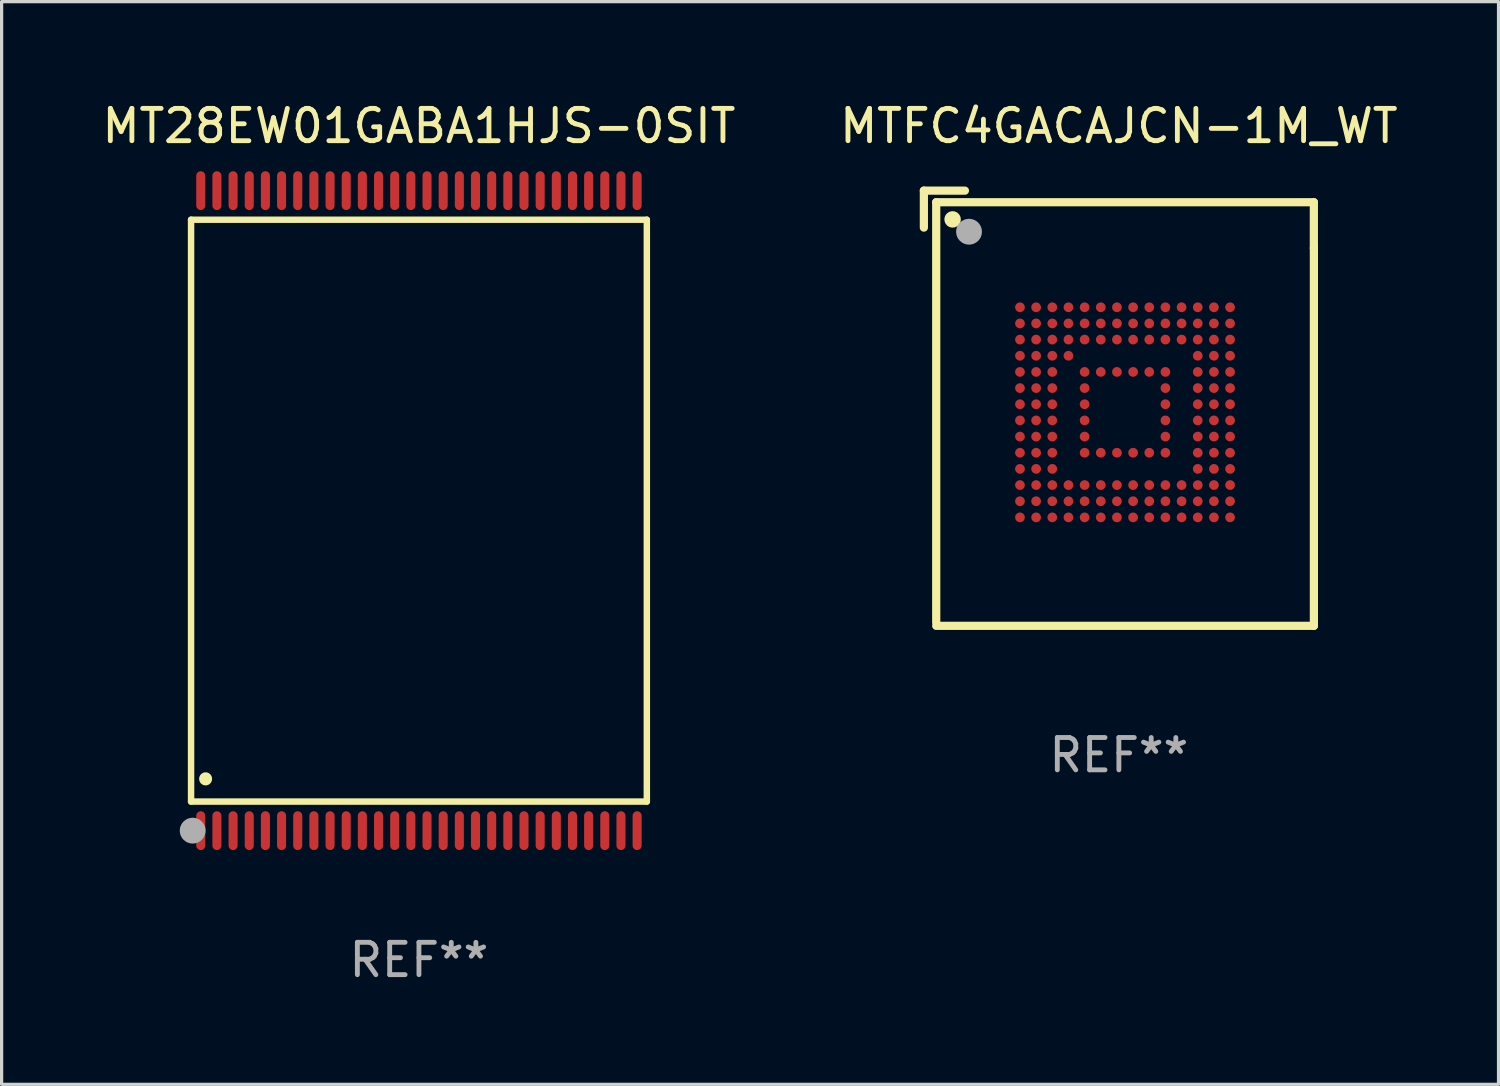
<source format=kicad_pcb>
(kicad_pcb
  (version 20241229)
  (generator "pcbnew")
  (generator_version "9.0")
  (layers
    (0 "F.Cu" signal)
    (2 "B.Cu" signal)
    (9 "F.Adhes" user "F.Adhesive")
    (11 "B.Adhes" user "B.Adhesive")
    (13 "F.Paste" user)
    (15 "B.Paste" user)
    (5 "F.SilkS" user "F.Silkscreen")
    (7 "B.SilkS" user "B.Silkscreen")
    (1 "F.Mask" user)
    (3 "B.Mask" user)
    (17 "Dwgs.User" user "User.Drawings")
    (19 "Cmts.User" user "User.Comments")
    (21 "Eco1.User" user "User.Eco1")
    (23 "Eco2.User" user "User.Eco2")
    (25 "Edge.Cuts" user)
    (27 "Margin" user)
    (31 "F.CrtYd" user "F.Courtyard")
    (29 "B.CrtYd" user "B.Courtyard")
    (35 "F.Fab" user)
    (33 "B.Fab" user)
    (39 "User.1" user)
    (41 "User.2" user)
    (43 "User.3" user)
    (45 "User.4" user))
  (footprint "MT28EW01GABA1HJS-0SIT"
    (layer "F.Cu")
    (at 9.911 12.748)
    (property "Reference" "MT28EW01GABA1HJS-0SIT" (at 0 -11.9 0) (layer "F.SilkS") (effects (font (size 1 1) (thickness 0.15))))
    (attr through_hole)
    (fp_line (start -7.05 -9) (end 7.05 -9) (stroke (width 0.2) (type solid)) (layer "F.SilkS"))
    (fp_line (start -7.05 9) (end -7.05 -9) (stroke (width 0.2) (type solid)) (layer "F.SilkS"))
    (fp_line (start 7.05 9) (end -7.05 9) (stroke (width 0.2) (type solid)) (layer "F.SilkS"))
    (fp_line (start 7.05 9) (end 7.05 -9) (stroke (width 0.2) (type solid)) (layer "F.SilkS"))
    (fp_arc (start -6.600025 8.300025) (mid -6.600041 8.297485) (end -6.600025 8.294945) (stroke (width 0.4) (type solid)) (layer "F.SilkS"))
    (fp_circle (center -7 10) (end -6.97 10) (stroke (width 0.06) (type solid)) (fill no) (layer "F.SilkS"))
    (fp_circle (center -7 9.9) (end -6.8 9.9) (stroke (width 0.4) (type solid)) (fill no) (layer "F.Fab"))
    (fp_text user "REF**" (at 0 13.9 0) (layer "F.Fab") (effects (font (size 1 1) (thickness 0.15))))
    (pad "1" smd oval (at -6.75 9.9) (size 0.28 1.2) (layers "F.Cu" "F.Mask" "F.Paste"))
    (pad "2" smd oval (at -6.25 9.9) (size 0.28 1.2) (layers "F.Cu" "F.Mask" "F.Paste"))
    (pad "3" smd oval (at -5.75 9.9) (size 0.28 1.2) (layers "F.Cu" "F.Mask" "F.Paste"))
    (pad "4" smd oval (at -5.25 9.9) (size 0.28 1.2) (layers "F.Cu" "F.Mask" "F.Paste"))
    (pad "5" smd oval (at -4.75 9.9) (size 0.28 1.2) (layers "F.Cu" "F.Mask" "F.Paste"))
    (pad "6" smd oval (at -4.25 9.9) (size 0.28 1.2) (layers "F.Cu" "F.Mask" "F.Paste"))
    (pad "7" smd oval (at -3.75 9.9) (size 0.28 1.2) (layers "F.Cu" "F.Mask" "F.Paste"))
    (pad "8" smd oval (at -3.25 9.9) (size 0.28 1.2) (layers "F.Cu" "F.Mask" "F.Paste"))
    (pad "9" smd oval (at -2.75 9.9) (size 0.28 1.2) (layers "F.Cu" "F.Mask" "F.Paste"))
    (pad "10" smd oval (at -2.25 9.9) (size 0.28 1.2) (layers "F.Cu" "F.Mask" "F.Paste"))
    (pad "11" smd oval (at -1.75 9.9) (size 0.28 1.2) (layers "F.Cu" "F.Mask" "F.Paste"))
    (pad "12" smd oval (at -1.25 9.9) (size 0.28 1.2) (layers "F.Cu" "F.Mask" "F.Paste"))
    (pad "13" smd oval (at -0.75 9.9) (size 0.28 1.2) (layers "F.Cu" "F.Mask" "F.Paste"))
    (pad "14" smd oval (at -0.25 9.9) (size 0.28 1.2) (layers "F.Cu" "F.Mask" "F.Paste"))
    (pad "15" smd oval (at 0.25 9.9) (size 0.28 1.2) (layers "F.Cu" "F.Mask" "F.Paste"))
    (pad "16" smd oval (at 0.75 9.9) (size 0.28 1.2) (layers "F.Cu" "F.Mask" "F.Paste"))
    (pad "17" smd oval (at 1.25 9.9) (size 0.28 1.2) (layers "F.Cu" "F.Mask" "F.Paste"))
    (pad "18" smd oval (at 1.75 9.9) (size 0.28 1.2) (layers "F.Cu" "F.Mask" "F.Paste"))
    (pad "19" smd oval (at 2.25 9.9) (size 0.28 1.2) (layers "F.Cu" "F.Mask" "F.Paste"))
    (pad "20" smd oval (at 2.75 9.9) (size 0.28 1.2) (layers "F.Cu" "F.Mask" "F.Paste"))
    (pad "21" smd oval (at 3.25 9.9) (size 0.28 1.2) (layers "F.Cu" "F.Mask" "F.Paste"))
    (pad "22" smd oval (at 3.75 9.9) (size 0.28 1.2) (layers "F.Cu" "F.Mask" "F.Paste"))
    (pad "23" smd oval (at 4.25 9.9) (size 0.28 1.2) (layers "F.Cu" "F.Mask" "F.Paste"))
    (pad "24" smd oval (at 4.75 9.9) (size 0.28 1.2) (layers "F.Cu" "F.Mask" "F.Paste"))
    (pad "25" smd oval (at 5.25 9.9) (size 0.28 1.2) (layers "F.Cu" "F.Mask" "F.Paste"))
    (pad "26" smd oval (at 5.75 9.9) (size 0.28 1.2) (layers "F.Cu" "F.Mask" "F.Paste"))
    (pad "27" smd oval (at 6.25 9.9) (size 0.28 1.2) (layers "F.Cu" "F.Mask" "F.Paste"))
    (pad "28" smd oval (at 6.75 9.9) (size 0.28 1.2) (layers "F.Cu" "F.Mask" "F.Paste"))
    (pad "29" smd oval (at 6.75 -9.9) (size 0.28 1.2) (layers "F.Cu" "F.Mask" "F.Paste"))
    (pad "30" smd oval (at 6.25 -9.9) (size 0.28 1.2) (layers "F.Cu" "F.Mask" "F.Paste"))
    (pad "31" smd oval (at 5.75 -9.9) (size 0.28 1.2) (layers "F.Cu" "F.Mask" "F.Paste"))
    (pad "32" smd oval (at 5.25 -9.9) (size 0.28 1.2) (layers "F.Cu" "F.Mask" "F.Paste"))
    (pad "33" smd oval (at 4.75 -9.9) (size 0.28 1.2) (layers "F.Cu" "F.Mask" "F.Paste"))
    (pad "34" smd oval (at 4.25 -9.9) (size 0.28 1.2) (layers "F.Cu" "F.Mask" "F.Paste"))
    (pad "35" smd oval (at 3.75 -9.9) (size 0.28 1.2) (layers "F.Cu" "F.Mask" "F.Paste"))
    (pad "36" smd oval (at 3.25 -9.9) (size 0.28 1.2) (layers "F.Cu" "F.Mask" "F.Paste"))
    (pad "37" smd oval (at 2.75 -9.9) (size 0.28 1.2) (layers "F.Cu" "F.Mask" "F.Paste"))
    (pad "38" smd oval (at 2.25 -9.9) (size 0.28 1.2) (layers "F.Cu" "F.Mask" "F.Paste"))
    (pad "39" smd oval (at 1.75 -9.9) (size 0.28 1.2) (layers "F.Cu" "F.Mask" "F.Paste"))
    (pad "40" smd oval (at 1.25 -9.9) (size 0.28 1.2) (layers "F.Cu" "F.Mask" "F.Paste"))
    (pad "41" smd oval (at 0.75 -9.9) (size 0.28 1.2) (layers "F.Cu" "F.Mask" "F.Paste"))
    (pad "42" smd oval (at 0.25 -9.9) (size 0.28 1.2) (layers "F.Cu" "F.Mask" "F.Paste"))
    (pad "43" smd oval (at -0.25 -9.9) (size 0.28 1.2) (layers "F.Cu" "F.Mask" "F.Paste"))
    (pad "44" smd oval (at -0.75 -9.9) (size 0.28 1.2) (layers "F.Cu" "F.Mask" "F.Paste"))
    (pad "45" smd oval (at -1.25 -9.9) (size 0.28 1.2) (layers "F.Cu" "F.Mask" "F.Paste"))
    (pad "46" smd oval (at -1.75 -9.9) (size 0.28 1.2) (layers "F.Cu" "F.Mask" "F.Paste"))
    (pad "47" smd oval (at -2.25 -9.9) (size 0.28 1.2) (layers "F.Cu" "F.Mask" "F.Paste"))
    (pad "48" smd oval (at -2.75 -9.9) (size 0.28 1.2) (layers "F.Cu" "F.Mask" "F.Paste"))
    (pad "49" smd oval (at -3.25 -9.9) (size 0.28 1.2) (layers "F.Cu" "F.Mask" "F.Paste"))
    (pad "50" smd oval (at -3.75 -9.9) (size 0.28 1.2) (layers "F.Cu" "F.Mask" "F.Paste"))
    (pad "51" smd oval (at -4.25 -9.9) (size 0.28 1.2) (layers "F.Cu" "F.Mask" "F.Paste"))
    (pad "52" smd oval (at -4.75 -9.9) (size 0.28 1.2) (layers "F.Cu" "F.Mask" "F.Paste"))
    (pad "53" smd oval (at -5.25 -9.9) (size 0.28 1.2) (layers "F.Cu" "F.Mask" "F.Paste"))
    (pad "54" smd oval (at -5.75 -9.9) (size 0.28 1.2) (layers "F.Cu" "F.Mask" "F.Paste"))
    (pad "55" smd oval (at -6.25 -9.9) (size 0.28 1.2) (layers "F.Cu" "F.Mask" "F.Paste"))
    (pad "56" smd oval (at -6.75 -9.9) (size 0.28 1.2) (layers "F.Cu" "F.Mask" "F.Paste")))
  (footprint "MTFC4GACAJCN-1M_WT"
    (layer "F.Cu")
    (at 31.565 9.58)
    (property "Reference" "MTFC4GACAJCN-1M_WT" (at 0 -8.732 0) (layer "F.SilkS") (effects (font (size 1 1) (thickness 0.15))))
    (attr through_hole)
    (fp_line (start -6.033 -6.732) (end -6.033 -5.589) (stroke (width 0.254) (type solid)) (layer "F.SilkS"))
    (fp_line (start -5.651 -6.374) (end 6.032 -6.374) (stroke (width 0.254) (type solid)) (layer "F.SilkS"))
    (fp_line (start -5.651 6.626) (end -5.651 -6.374) (stroke (width 0.254) (type solid)) (layer "F.SilkS"))
    (fp_line (start -5.651 6.732) (end 6.033 6.732) (stroke (width 0.254) (type solid)) (layer "F.SilkS"))
    (fp_line (start -4.763 -6.732) (end -6.033 -6.732) (stroke (width 0.254) (type solid)) (layer "F.SilkS"))
    (fp_line (start 6.032 -6.374) (end 6.032 -4.952) (stroke (width 0.254) (type solid)) (layer "F.SilkS"))
    (fp_line (start 6.033 6.732) (end 6.033 -4.952) (stroke (width 0.254) (type solid)) (layer "F.SilkS"))
    (fp_circle (center -5.56 -6.374) (end -5.53 -6.374) (stroke (width 0.06) (type solid)) (fill no) (layer "F.SilkS"))
    (fp_circle (center -5.144 -5.842) (end -5.017 -5.842) (stroke (width 0.254) (type solid)) (fill no) (layer "F.SilkS"))
    (fp_circle (center -4.636 -5.461) (end -4.436 -5.461) (stroke (width 0.4) (type solid)) (fill no) (layer "F.Fab"))
    (fp_text user "REF**" (at 0 10.732 0) (layer "F.Fab") (effects (font (size 1 1) (thickness 0.15))))
    (pad "A1" smd circle (at -3.06 -3.124) (size 0.3 0.3) (layers "F.Cu" "F.Mask" "F.Paste"))
    (pad "A2" smd circle (at -2.56 -3.124) (size 0.3 0.3) (layers "F.Cu" "F.Mask" "F.Paste"))
    (pad "A3" smd circle (at -2.06 -3.124) (size 0.3 0.3) (layers "F.Cu" "F.Mask" "F.Paste"))
    (pad "A4" smd circle (at -1.56 -3.124) (size 0.3 0.3) (layers "F.Cu" "F.Mask" "F.Paste"))
    (pad "A5" smd circle (at -1.06 -3.124) (size 0.3 0.3) (layers "F.Cu" "F.Mask" "F.Paste"))
    (pad "A6" smd circle (at -0.56 -3.124) (size 0.3 0.3) (layers "F.Cu" "F.Mask" "F.Paste"))
    (pad "A7" smd circle (at -0.06 -3.124) (size 0.3 0.3) (layers "F.Cu" "F.Mask" "F.Paste"))
    (pad "A8" smd circle (at 0.44 -3.124) (size 0.3 0.3) (layers "F.Cu" "F.Mask" "F.Paste"))
    (pad "A9" smd circle (at 0.94 -3.124) (size 0.3 0.3) (layers "F.Cu" "F.Mask" "F.Paste"))
    (pad "A10" smd circle (at 1.44 -3.124) (size 0.3 0.3) (layers "F.Cu" "F.Mask" "F.Paste"))
    (pad "A11" smd circle (at 1.94 -3.124) (size 0.3 0.3) (layers "F.Cu" "F.Mask" "F.Paste"))
    (pad "A12" smd circle (at 2.44 -3.124) (size 0.3 0.3) (layers "F.Cu" "F.Mask" "F.Paste"))
    (pad "A13" smd circle (at 2.94 -3.124) (size 0.3 0.3) (layers "F.Cu" "F.Mask" "F.Paste"))
    (pad "A14" smd circle (at 3.44 -3.124) (size 0.3 0.3) (layers "F.Cu" "F.Mask" "F.Paste"))
    (pad "B1" smd circle (at -3.06 -2.624) (size 0.3 0.3) (layers "F.Cu" "F.Mask" "F.Paste"))
    (pad "B2" smd circle (at -2.56 -2.624) (size 0.3 0.3) (layers "F.Cu" "F.Mask" "F.Paste"))
    (pad "B3" smd circle (at -2.06 -2.624) (size 0.3 0.3) (layers "F.Cu" "F.Mask" "F.Paste"))
    (pad "B4" smd circle (at -1.56 -2.624) (size 0.3 0.3) (layers "F.Cu" "F.Mask" "F.Paste"))
    (pad "B5" smd circle (at -1.06 -2.624) (size 0.3 0.3) (layers "F.Cu" "F.Mask" "F.Paste"))
    (pad "B6" smd circle (at -0.56 -2.624) (size 0.3 0.3) (layers "F.Cu" "F.Mask" "F.Paste"))
    (pad "B7" smd circle (at -0.06 -2.624) (size 0.3 0.3) (layers "F.Cu" "F.Mask" "F.Paste"))
    (pad "B8" smd circle (at 0.44 -2.624) (size 0.3 0.3) (layers "F.Cu" "F.Mask" "F.Paste"))
    (pad "B9" smd circle (at 0.94 -2.624) (size 0.3 0.3) (layers "F.Cu" "F.Mask" "F.Paste"))
    (pad "B10" smd circle (at 1.44 -2.624) (size 0.3 0.3) (layers "F.Cu" "F.Mask" "F.Paste"))
    (pad "B11" smd circle (at 1.94 -2.624) (size 0.3 0.3) (layers "F.Cu" "F.Mask" "F.Paste"))
    (pad "B12" smd circle (at 2.44 -2.624) (size 0.3 0.3) (layers "F.Cu" "F.Mask" "F.Paste"))
    (pad "B13" smd circle (at 2.94 -2.624) (size 0.3 0.3) (layers "F.Cu" "F.Mask" "F.Paste"))
    (pad "B14" smd circle (at 3.44 -2.624) (size 0.3 0.3) (layers "F.Cu" "F.Mask" "F.Paste"))
    (pad "C1" smd circle (at -3.06 -2.124) (size 0.3 0.3) (layers "F.Cu" "F.Mask" "F.Paste"))
    (pad "C2" smd circle (at -2.56 -2.124) (size 0.3 0.3) (layers "F.Cu" "F.Mask" "F.Paste"))
    (pad "C3" smd circle (at -2.06 -2.124) (size 0.3 0.3) (layers "F.Cu" "F.Mask" "F.Paste"))
    (pad "C4" smd circle (at -1.56 -2.124) (size 0.3 0.3) (layers "F.Cu" "F.Mask" "F.Paste"))
    (pad "C5" smd circle (at -1.06 -2.124) (size 0.3 0.3) (layers "F.Cu" "F.Mask" "F.Paste"))
    (pad "C6" smd circle (at -0.56 -2.124) (size 0.3 0.3) (layers "F.Cu" "F.Mask" "F.Paste"))
    (pad "C7" smd circle (at -0.06 -2.124) (size 0.3 0.3) (layers "F.Cu" "F.Mask" "F.Paste"))
    (pad "C8" smd circle (at 0.44 -2.124) (size 0.3 0.3) (layers "F.Cu" "F.Mask" "F.Paste"))
    (pad "C9" smd circle (at 0.94 -2.124) (size 0.3 0.3) (layers "F.Cu" "F.Mask" "F.Paste"))
    (pad "C10" smd circle (at 1.44 -2.124) (size 0.3 0.3) (layers "F.Cu" "F.Mask" "F.Paste"))
    (pad "C11" smd circle (at 1.94 -2.124) (size 0.3 0.3) (layers "F.Cu" "F.Mask" "F.Paste"))
    (pad "C12" smd circle (at 2.44 -2.124) (size 0.3 0.3) (layers "F.Cu" "F.Mask" "F.Paste"))
    (pad "C13" smd circle (at 2.94 -2.124) (size 0.3 0.3) (layers "F.Cu" "F.Mask" "F.Paste"))
    (pad "C14" smd circle (at 3.44 -2.124) (size 0.3 0.3) (layers "F.Cu" "F.Mask" "F.Paste"))
    (pad "D1" smd circle (at -3.06 -1.624) (size 0.3 0.3) (layers "F.Cu" "F.Mask" "F.Paste"))
    (pad "D2" smd circle (at -2.56 -1.624) (size 0.3 0.3) (layers "F.Cu" "F.Mask" "F.Paste"))
    (pad "D3" smd circle (at -2.06 -1.624) (size 0.3 0.3) (layers "F.Cu" "F.Mask" "F.Paste"))
    (pad "D4" smd circle (at -1.56 -1.624) (size 0.3 0.3) (layers "F.Cu" "F.Mask" "F.Paste"))
    (pad "D12" smd circle (at 2.44 -1.624) (size 0.3 0.3) (layers "F.Cu" "F.Mask" "F.Paste"))
    (pad "D13" smd circle (at 2.94 -1.624) (size 0.3 0.3) (layers "F.Cu" "F.Mask" "F.Paste"))
    (pad "D14" smd circle (at 3.44 -1.624) (size 0.3 0.3) (layers "F.Cu" "F.Mask" "F.Paste"))
    (pad "E1" smd circle (at -3.06 -1.124) (size 0.3 0.3) (layers "F.Cu" "F.Mask" "F.Paste"))
    (pad "E2" smd circle (at -2.56 -1.124) (size 0.3 0.3) (layers "F.Cu" "F.Mask" "F.Paste"))
    (pad "E3" smd circle (at -2.06 -1.124) (size 0.3 0.3) (layers "F.Cu" "F.Mask" "F.Paste"))
    (pad "E5" smd circle (at -1.06 -1.124) (size 0.3 0.3) (layers "F.Cu" "F.Mask" "F.Paste"))
    (pad "E6" smd circle (at -0.56 -1.124) (size 0.3 0.3) (layers "F.Cu" "F.Mask" "F.Paste"))
    (pad "E7" smd circle (at -0.06 -1.124) (size 0.3 0.3) (layers "F.Cu" "F.Mask" "F.Paste"))
    (pad "E8" smd circle (at 0.44 -1.124) (size 0.3 0.3) (layers "F.Cu" "F.Mask" "F.Paste"))
    (pad "E9" smd circle (at 0.94 -1.124) (size 0.3 0.3) (layers "F.Cu" "F.Mask" "F.Paste"))
    (pad "E10" smd circle (at 1.44 -1.124) (size 0.3 0.3) (layers "F.Cu" "F.Mask" "F.Paste"))
    (pad "E12" smd circle (at 2.44 -1.124) (size 0.3 0.3) (layers "F.Cu" "F.Mask" "F.Paste"))
    (pad "E13" smd circle (at 2.94 -1.124) (size 0.3 0.3) (layers "F.Cu" "F.Mask" "F.Paste"))
    (pad "E14" smd circle (at 3.44 -1.124) (size 0.3 0.3) (layers "F.Cu" "F.Mask" "F.Paste"))
    (pad "F1" smd circle (at -3.06 -0.624) (size 0.3 0.3) (layers "F.Cu" "F.Mask" "F.Paste"))
    (pad "F2" smd circle (at -2.56 -0.624) (size 0.3 0.3) (layers "F.Cu" "F.Mask" "F.Paste"))
    (pad "F3" smd circle (at -2.06 -0.624) (size 0.3 0.3) (layers "F.Cu" "F.Mask" "F.Paste"))
    (pad "F5" smd circle (at -1.06 -0.624) (size 0.3 0.3) (layers "F.Cu" "F.Mask" "F.Paste"))
    (pad "F10" smd circle (at 1.44 -0.624) (size 0.3 0.3) (layers "F.Cu" "F.Mask" "F.Paste"))
    (pad "F12" smd circle (at 2.44 -0.624) (size 0.3 0.3) (layers "F.Cu" "F.Mask" "F.Paste"))
    (pad "F13" smd circle (at 2.94 -0.624) (size 0.3 0.3) (layers "F.Cu" "F.Mask" "F.Paste"))
    (pad "F14" smd circle (at 3.44 -0.624) (size 0.3 0.3) (layers "F.Cu" "F.Mask" "F.Paste"))
    (pad "G1" smd circle (at -3.06 -0.124) (size 0.3 0.3) (layers "F.Cu" "F.Mask" "F.Paste"))
    (pad "G2" smd circle (at -2.56 -0.124) (size 0.3 0.3) (layers "F.Cu" "F.Mask" "F.Paste"))
    (pad "G3" smd circle (at -2.06 -0.124) (size 0.3 0.3) (layers "F.Cu" "F.Mask" "F.Paste"))
    (pad "G5" smd circle (at -1.06 -0.124) (size 0.3 0.3) (layers "F.Cu" "F.Mask" "F.Paste"))
    (pad "G10" smd circle (at 1.44 -0.124) (size 0.3 0.3) (layers "F.Cu" "F.Mask" "F.Paste"))
    (pad "G12" smd circle (at 2.44 -0.124) (size 0.3 0.3) (layers "F.Cu" "F.Mask" "F.Paste"))
    (pad "G13" smd circle (at 2.94 -0.124) (size 0.3 0.3) (layers "F.Cu" "F.Mask" "F.Paste"))
    (pad "G14" smd circle (at 3.44 -0.124) (size 0.3 0.3) (layers "F.Cu" "F.Mask" "F.Paste"))
    (pad "H1" smd circle (at -3.06 0.376) (size 0.3 0.3) (layers "F.Cu" "F.Mask" "F.Paste"))
    (pad "H2" smd circle (at -2.56 0.376) (size 0.3 0.3) (layers "F.Cu" "F.Mask" "F.Paste"))
    (pad "H3" smd circle (at -2.06 0.376) (size 0.3 0.3) (layers "F.Cu" "F.Mask" "F.Paste"))
    (pad "H5" smd circle (at -1.06 0.376) (size 0.3 0.3) (layers "F.Cu" "F.Mask" "F.Paste"))
    (pad "H10" smd circle (at 1.44 0.376) (size 0.3 0.3) (layers "F.Cu" "F.Mask" "F.Paste"))
    (pad "H12" smd circle (at 2.44 0.376) (size 0.3 0.3) (layers "F.Cu" "F.Mask" "F.Paste"))
    (pad "H13" smd circle (at 2.94 0.376) (size 0.3 0.3) (layers "F.Cu" "F.Mask" "F.Paste"))
    (pad "H14" smd circle (at 3.44 0.376) (size 0.3 0.3) (layers "F.Cu" "F.Mask" "F.Paste"))
    (pad "J1" smd circle (at -3.06 0.876) (size 0.3 0.3) (layers "F.Cu" "F.Mask" "F.Paste"))
    (pad "J2" smd circle (at -2.56 0.876) (size 0.3 0.3) (layers "F.Cu" "F.Mask" "F.Paste"))
    (pad "J3" smd circle (at -2.06 0.876) (size 0.3 0.3) (layers "F.Cu" "F.Mask" "F.Paste"))
    (pad "J5" smd circle (at -1.06 0.876) (size 0.3 0.3) (layers "F.Cu" "F.Mask" "F.Paste"))
    (pad "J10" smd circle (at 1.44 0.876) (size 0.3 0.3) (layers "F.Cu" "F.Mask" "F.Paste"))
    (pad "J12" smd circle (at 2.44 0.876) (size 0.3 0.3) (layers "F.Cu" "F.Mask" "F.Paste"))
    (pad "J13" smd circle (at 2.94 0.876) (size 0.3 0.3) (layers "F.Cu" "F.Mask" "F.Paste"))
    (pad "J14" smd circle (at 3.44 0.876) (size 0.3 0.3) (layers "F.Cu" "F.Mask" "F.Paste"))
    (pad "K1" smd circle (at -3.06 1.376) (size 0.3 0.3) (layers "F.Cu" "F.Mask" "F.Paste"))
    (pad "K2" smd circle (at -2.56 1.376) (size 0.3 0.3) (layers "F.Cu" "F.Mask" "F.Paste"))
    (pad "K3" smd circle (at -2.06 1.376) (size 0.3 0.3) (layers "F.Cu" "F.Mask" "F.Paste"))
    (pad "K5" smd circle (at -1.06 1.376) (size 0.3 0.3) (layers "F.Cu" "F.Mask" "F.Paste"))
    (pad "K6" smd circle (at -0.56 1.376) (size 0.3 0.3) (layers "F.Cu" "F.Mask" "F.Paste"))
    (pad "K7" smd circle (at -0.06 1.376) (size 0.3 0.3) (layers "F.Cu" "F.Mask" "F.Paste"))
    (pad "K8" smd circle (at 0.44 1.376) (size 0.3 0.3) (layers "F.Cu" "F.Mask" "F.Paste"))
    (pad "K9" smd circle (at 0.94 1.376) (size 0.3 0.3) (layers "F.Cu" "F.Mask" "F.Paste"))
    (pad "K10" smd circle (at 1.44 1.376) (size 0.3 0.3) (layers "F.Cu" "F.Mask" "F.Paste"))
    (pad "K12" smd circle (at 2.44 1.376) (size 0.3 0.3) (layers "F.Cu" "F.Mask" "F.Paste"))
    (pad "K13" smd circle (at 2.94 1.376) (size 0.3 0.3) (layers "F.Cu" "F.Mask" "F.Paste"))
    (pad "K14" smd circle (at 3.44 1.376) (size 0.3 0.3) (layers "F.Cu" "F.Mask" "F.Paste"))
    (pad "L1" smd circle (at -3.06 1.876) (size 0.3 0.3) (layers "F.Cu" "F.Mask" "F.Paste"))
    (pad "L2" smd circle (at -2.56 1.876) (size 0.3 0.3) (layers "F.Cu" "F.Mask" "F.Paste"))
    (pad "L3" smd circle (at -2.06 1.876) (size 0.3 0.3) (layers "F.Cu" "F.Mask" "F.Paste"))
    (pad "L12" smd circle (at 2.44 1.876) (size 0.3 0.3) (layers "F.Cu" "F.Mask" "F.Paste"))
    (pad "L13" smd circle (at 2.94 1.876) (size 0.3 0.3) (layers "F.Cu" "F.Mask" "F.Paste"))
    (pad "L14" smd circle (at 3.44 1.876) (size 0.3 0.3) (layers "F.Cu" "F.Mask" "F.Paste"))
    (pad "M1" smd circle (at -3.06 2.376) (size 0.3 0.3) (layers "F.Cu" "F.Mask" "F.Paste"))
    (pad "M2" smd circle (at -2.56 2.376) (size 0.3 0.3) (layers "F.Cu" "F.Mask" "F.Paste"))
    (pad "M3" smd circle (at -2.06 2.376) (size 0.3 0.3) (layers "F.Cu" "F.Mask" "F.Paste"))
    (pad "M4" smd circle (at -1.56 2.376) (size 0.3 0.3) (layers "F.Cu" "F.Mask" "F.Paste"))
    (pad "M5" smd circle (at -1.06 2.376) (size 0.3 0.3) (layers "F.Cu" "F.Mask" "F.Paste"))
    (pad "M6" smd circle (at -0.56 2.376) (size 0.3 0.3) (layers "F.Cu" "F.Mask" "F.Paste"))
    (pad "M7" smd circle (at -0.06 2.376) (size 0.3 0.3) (layers "F.Cu" "F.Mask" "F.Paste"))
    (pad "M8" smd circle (at 0.44 2.376) (size 0.3 0.3) (layers "F.Cu" "F.Mask" "F.Paste"))
    (pad "M9" smd circle (at 0.94 2.376) (size 0.3 0.3) (layers "F.Cu" "F.Mask" "F.Paste"))
    (pad "M10" smd circle (at 1.44 2.376) (size 0.3 0.3) (layers "F.Cu" "F.Mask" "F.Paste"))
    (pad "M11" smd circle (at 1.94 2.376) (size 0.3 0.3) (layers "F.Cu" "F.Mask" "F.Paste"))
    (pad "M12" smd circle (at 2.44 2.376) (size 0.3 0.3) (layers "F.Cu" "F.Mask" "F.Paste"))
    (pad "M13" smd circle (at 2.94 2.376) (size 0.3 0.3) (layers "F.Cu" "F.Mask" "F.Paste"))
    (pad "M14" smd circle (at 3.44 2.376) (size 0.3 0.3) (layers "F.Cu" "F.Mask" "F.Paste"))
    (pad "N1" smd circle (at -3.06 2.876) (size 0.3 0.3) (layers "F.Cu" "F.Mask" "F.Paste"))
    (pad "N2" smd circle (at -2.56 2.876) (size 0.3 0.3) (layers "F.Cu" "F.Mask" "F.Paste"))
    (pad "N3" smd circle (at -2.06 2.876) (size 0.3 0.3) (layers "F.Cu" "F.Mask" "F.Paste"))
    (pad "N4" smd circle (at -1.56 2.876) (size 0.3 0.3) (layers "F.Cu" "F.Mask" "F.Paste"))
    (pad "N5" smd circle (at -1.06 2.876) (size 0.3 0.3) (layers "F.Cu" "F.Mask" "F.Paste"))
    (pad "N6" smd circle (at -0.56 2.876) (size 0.3 0.3) (layers "F.Cu" "F.Mask" "F.Paste"))
    (pad "N7" smd circle (at -0.06 2.876) (size 0.3 0.3) (layers "F.Cu" "F.Mask" "F.Paste"))
    (pad "N8" smd circle (at 0.44 2.876) (size 0.3 0.3) (layers "F.Cu" "F.Mask" "F.Paste"))
    (pad "N9" smd circle (at 0.94 2.876) (size 0.3 0.3) (layers "F.Cu" "F.Mask" "F.Paste"))
    (pad "N10" smd circle (at 1.44 2.876) (size 0.3 0.3) (layers "F.Cu" "F.Mask" "F.Paste"))
    (pad "N11" smd circle (at 1.94 2.876) (size 0.3 0.3) (layers "F.Cu" "F.Mask" "F.Paste"))
    (pad "N12" smd circle (at 2.44 2.876) (size 0.3 0.3) (layers "F.Cu" "F.Mask" "F.Paste"))
    (pad "N13" smd circle (at 2.94 2.876) (size 0.3 0.3) (layers "F.Cu" "F.Mask" "F.Paste"))
    (pad "N14" smd circle (at 3.44 2.876) (size 0.3 0.3) (layers "F.Cu" "F.Mask" "F.Paste"))
    (pad "P1" smd circle (at -3.06 3.376) (size 0.3 0.3) (layers "F.Cu" "F.Mask" "F.Paste"))
    (pad "P2" smd circle (at -2.56 3.376) (size 0.3 0.3) (layers "F.Cu" "F.Mask" "F.Paste"))
    (pad "P3" smd circle (at -2.06 3.376) (size 0.3 0.3) (layers "F.Cu" "F.Mask" "F.Paste"))
    (pad "P4" smd circle (at -1.56 3.376) (size 0.3 0.3) (layers "F.Cu" "F.Mask" "F.Paste"))
    (pad "P5" smd circle (at -1.06 3.376) (size 0.3 0.3) (layers "F.Cu" "F.Mask" "F.Paste"))
    (pad "P6" smd circle (at -0.56 3.376) (size 0.3 0.3) (layers "F.Cu" "F.Mask" "F.Paste"))
    (pad "P7" smd circle (at -0.06 3.376) (size 0.3 0.3) (layers "F.Cu" "F.Mask" "F.Paste"))
    (pad "P8" smd circle (at 0.44 3.376) (size 0.3 0.3) (layers "F.Cu" "F.Mask" "F.Paste"))
    (pad "P9" smd circle (at 0.94 3.376) (size 0.3 0.3) (layers "F.Cu" "F.Mask" "F.Paste"))
    (pad "P10" smd circle (at 1.44 3.376) (size 0.3 0.3) (layers "F.Cu" "F.Mask" "F.Paste"))
    (pad "P11" smd circle (at 1.94 3.376) (size 0.3 0.3) (layers "F.Cu" "F.Mask" "F.Paste"))
    (pad "P12" smd circle (at 2.44 3.376) (size 0.3 0.3) (layers "F.Cu" "F.Mask" "F.Paste"))
    (pad "P13" smd circle (at 2.94 3.376) (size 0.3 0.3) (layers "F.Cu" "F.Mask" "F.Paste"))
    (pad "P14" smd circle (at 3.44 3.376) (size 0.3 0.3) (layers "F.Cu" "F.Mask" "F.Paste")))
  (gr_rect
    (start -3 -3)
    (end 43.31 30.496)
    (stroke (width 0.1) (type default))
    (fill no)
    (layer "Edge.Cuts")))
</source>
